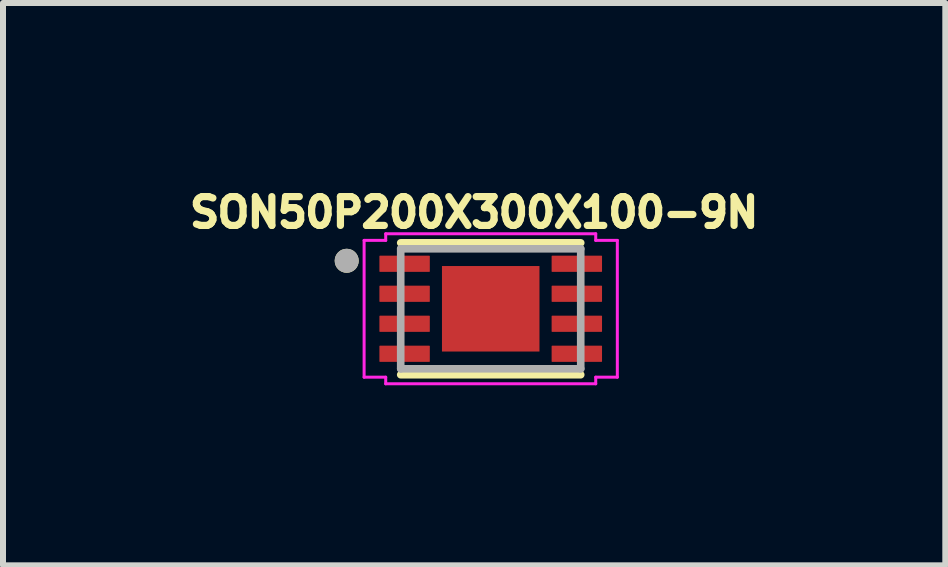
<source format=kicad_pcb>
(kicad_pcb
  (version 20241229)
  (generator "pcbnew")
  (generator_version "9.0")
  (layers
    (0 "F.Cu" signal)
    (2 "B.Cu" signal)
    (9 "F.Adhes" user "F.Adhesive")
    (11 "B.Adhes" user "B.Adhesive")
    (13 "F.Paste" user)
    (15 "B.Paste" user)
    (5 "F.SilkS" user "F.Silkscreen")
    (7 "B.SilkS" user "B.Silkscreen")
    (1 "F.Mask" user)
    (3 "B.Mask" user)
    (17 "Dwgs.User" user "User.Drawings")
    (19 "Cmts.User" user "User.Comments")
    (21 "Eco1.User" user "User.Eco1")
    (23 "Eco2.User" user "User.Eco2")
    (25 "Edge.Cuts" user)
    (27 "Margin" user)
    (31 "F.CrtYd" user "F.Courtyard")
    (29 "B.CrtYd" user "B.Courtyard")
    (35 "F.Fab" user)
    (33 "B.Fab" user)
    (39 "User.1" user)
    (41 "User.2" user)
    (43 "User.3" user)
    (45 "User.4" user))
  (footprint "SON50P200X300X100-9N"
    (layer "F.Cu")
    (at 5.128 2.096)
    (property "Reference" "SON50P200X300X100-9N" (at -0.276 -1.605 0) (layer "F.SilkS") (effects (font (size 0.48 0.48) (thickness 0.15))))
    (attr smd)
    (fp_line (start -1.5 -1.099) (end 1.5 -1.099) (stroke (width 0.127) (type solid)) (layer "F.SilkS"))
    (fp_line (start -1.5 1.099) (end 1.5 1.099) (stroke (width 0.127) (type solid)) (layer "F.SilkS"))
    (fp_circle (center -2.4 -0.8) (end -2.3 -0.8) (stroke (width 0.2) (type solid)) (fill no) (layer "F.SilkS"))
    (fp_poly (pts (xy -0.665 -0.49) (xy -0.075 -0.49) (xy -0.075 0.49) (xy -0.665 0.49)) (stroke (width 0.01) (type solid)) (fill yes) (layer "F.Paste"))
    (fp_poly (pts (xy 0.075 -0.49) (xy 0.665 -0.49) (xy 0.665 0.49) (xy 0.075 0.49)) (stroke (width 0.01) (type solid)) (fill yes) (layer "F.Paste"))
    (fp_line (start -2.11 -1.14) (end -1.75 -1.14) (stroke (width 0.05) (type solid)) (layer "F.CrtYd"))
    (fp_line (start -2.11 1.14) (end -2.11 -1.14) (stroke (width 0.05) (type solid)) (layer "F.CrtYd"))
    (fp_line (start -1.75 -1.25) (end 1.75 -1.25) (stroke (width 0.05) (type solid)) (layer "F.CrtYd"))
    (fp_line (start -1.75 -1.14) (end -1.75 -1.25) (stroke (width 0.05) (type solid)) (layer "F.CrtYd"))
    (fp_line (start -1.75 1.14) (end -2.11 1.14) (stroke (width 0.05) (type solid)) (layer "F.CrtYd"))
    (fp_line (start -1.75 1.25) (end -1.75 1.14) (stroke (width 0.05) (type solid)) (layer "F.CrtYd"))
    (fp_line (start 1.75 -1.25) (end 1.75 -1.14) (stroke (width 0.05) (type solid)) (layer "F.CrtYd"))
    (fp_line (start 1.75 -1.14) (end 2.11 -1.14) (stroke (width 0.05) (type solid)) (layer "F.CrtYd"))
    (fp_line (start 1.75 1.14) (end 1.75 1.25) (stroke (width 0.05) (type solid)) (layer "F.CrtYd"))
    (fp_line (start 1.75 1.25) (end -1.75 1.25) (stroke (width 0.05) (type solid)) (layer "F.CrtYd"))
    (fp_line (start 2.11 -1.14) (end 2.11 1.14) (stroke (width 0.05) (type solid)) (layer "F.CrtYd"))
    (fp_line (start 2.11 1.14) (end 1.75 1.14) (stroke (width 0.05) (type solid)) (layer "F.CrtYd"))
    (fp_line (start -1.5 -1) (end 1.5 -1) (stroke (width 0.127) (type solid)) (layer "F.Fab"))
    (fp_line (start -1.5 1) (end -1.5 -1) (stroke (width 0.127) (type solid)) (layer "F.Fab"))
    (fp_line (start 1.5 -1) (end 1.5 1) (stroke (width 0.127) (type solid)) (layer "F.Fab"))
    (fp_line (start 1.5 1) (end -1.5 1) (stroke (width 0.127) (type solid)) (layer "F.Fab"))
    (fp_circle (center -2.4 -0.8) (end -2.3 -0.8) (stroke (width 0.2) (type solid)) (fill no) (layer "F.Fab"))
    (pad "1" smd roundrect (at -1.435 -0.75) (size 0.84 0.27) (layers "F.Cu" "F.Mask" "F.Paste") (roundrect_rratio 0.035))
    (pad "2" smd roundrect (at -1.435 -0.25) (size 0.84 0.27) (layers "F.Cu" "F.Mask" "F.Paste") (roundrect_rratio 0.035))
    (pad "3" smd roundrect (at -1.435 0.25) (size 0.84 0.27) (layers "F.Cu" "F.Mask" "F.Paste") (roundrect_rratio 0.035))
    (pad "4" smd roundrect (at -1.435 0.75) (size 0.84 0.27) (layers "F.Cu" "F.Mask" "F.Paste") (roundrect_rratio 0.035))
    (pad "5" smd roundrect (at 1.435 0.75) (size 0.84 0.27) (layers "F.Cu" "F.Mask" "F.Paste") (roundrect_rratio 0.035))
    (pad "6" smd roundrect (at 1.435 0.25) (size 0.84 0.27) (layers "F.Cu" "F.Mask" "F.Paste") (roundrect_rratio 0.035))
    (pad "7" smd roundrect (at 1.435 -0.25) (size 0.84 0.27) (layers "F.Cu" "F.Mask" "F.Paste") (roundrect_rratio 0.035))
    (pad "8" smd roundrect (at 1.435 -0.75) (size 0.84 0.27) (layers "F.Cu" "F.Mask" "F.Paste") (roundrect_rratio 0.035))
    (pad "9" smd rect (at 0 0) (size 1.625 1.425) (layers "F.Cu" "F.Mask")))
  (gr_rect
    (start -3 -3)
    (end 12.704 6.371)
    (stroke (width 0.1) (type default))
    (fill no)
    (layer "Edge.Cuts")))
</source>
